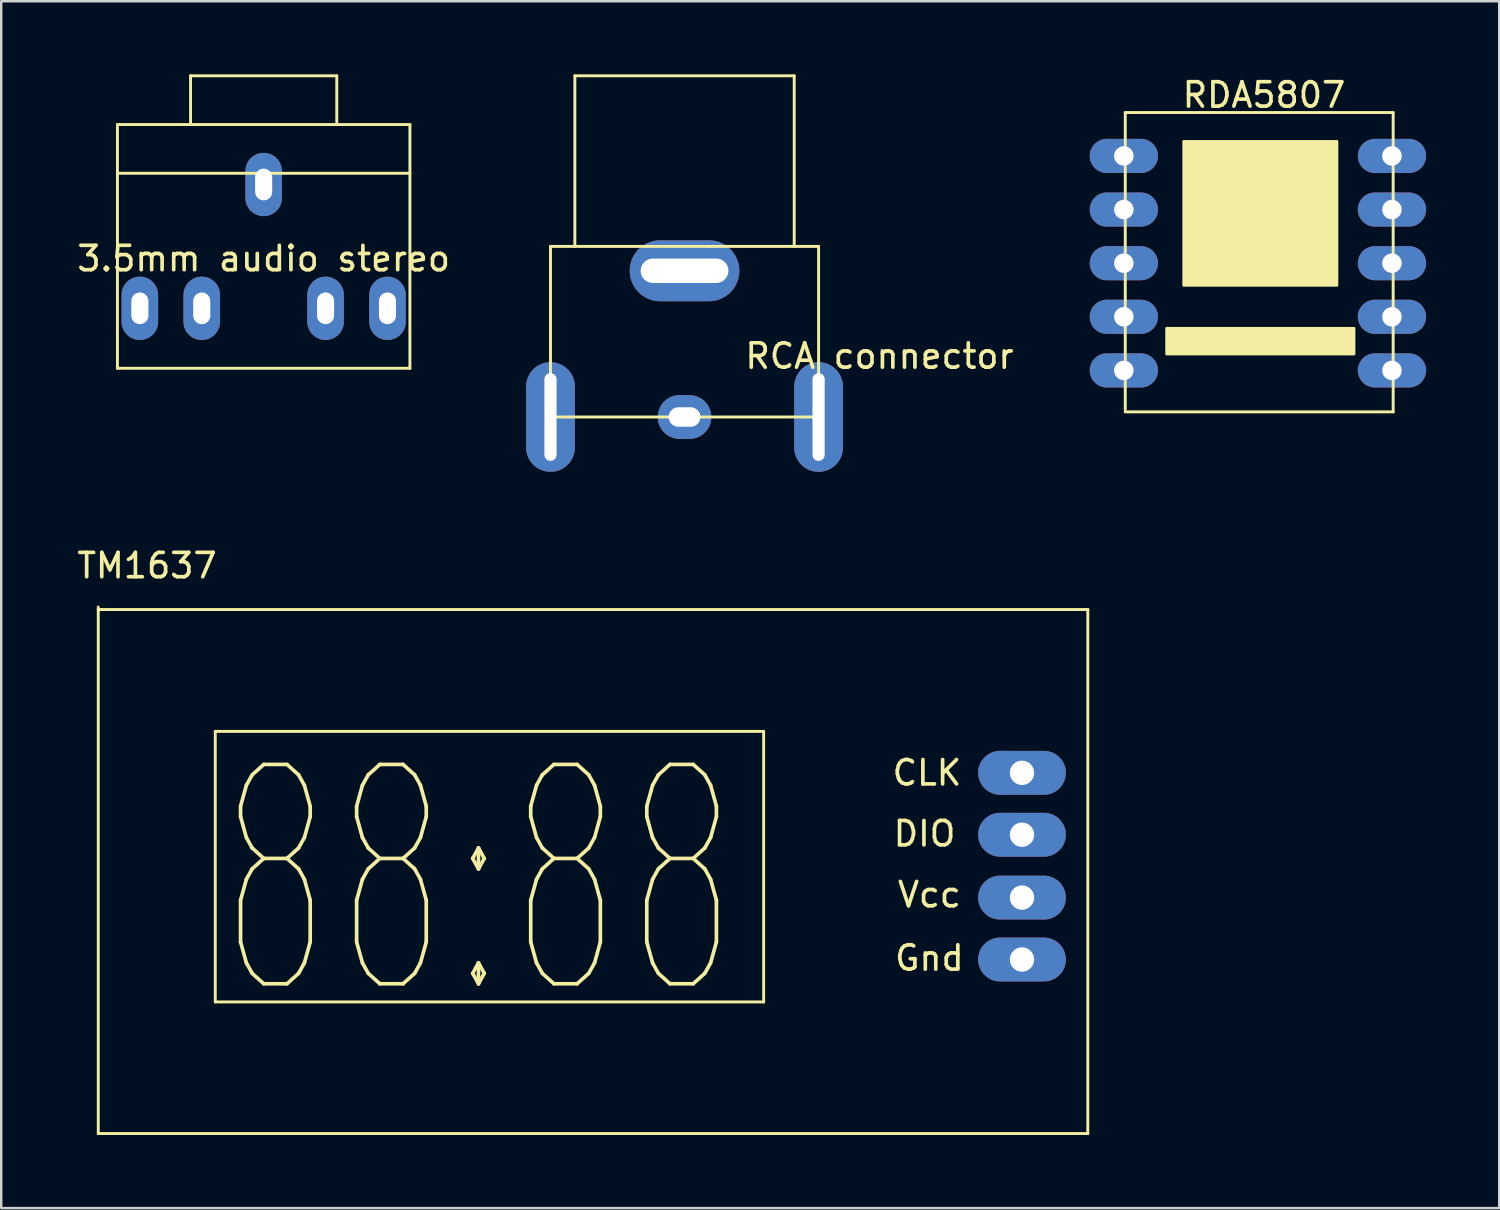
<source format=kicad_pcb>
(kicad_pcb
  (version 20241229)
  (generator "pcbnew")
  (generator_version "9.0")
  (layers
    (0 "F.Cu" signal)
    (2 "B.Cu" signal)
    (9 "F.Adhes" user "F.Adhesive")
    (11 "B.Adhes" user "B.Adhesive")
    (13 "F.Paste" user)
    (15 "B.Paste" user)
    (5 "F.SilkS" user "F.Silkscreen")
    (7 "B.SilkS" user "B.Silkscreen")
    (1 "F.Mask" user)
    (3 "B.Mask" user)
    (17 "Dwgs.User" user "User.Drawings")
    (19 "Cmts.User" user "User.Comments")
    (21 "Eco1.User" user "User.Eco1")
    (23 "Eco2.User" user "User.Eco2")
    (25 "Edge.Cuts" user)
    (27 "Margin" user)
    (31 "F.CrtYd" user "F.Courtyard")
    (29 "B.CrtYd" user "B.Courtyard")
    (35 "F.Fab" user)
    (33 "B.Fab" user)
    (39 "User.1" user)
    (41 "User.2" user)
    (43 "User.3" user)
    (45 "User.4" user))
  (footprint "3.5mm audio stereo"
    (layer "F.Cu")
    (at 7.768 7.06)
    (property "Reference" "3.5mm audio stereo" (at 0 0.5 0) (layer "F.SilkS") (effects (font (size 1 1) (thickness 0.15))))
    (attr through_hole)
    (fp_line (start -6 -5) (end -6 5) (stroke (width 0.12) (type solid)) (layer "F.SilkS"))
    (fp_line (start -6 -3) (end 6 -3) (stroke (width 0.12) (type solid)) (layer "F.SilkS"))
    (fp_line (start -6 5) (end 6 5) (stroke (width 0.12) (type solid)) (layer "F.SilkS"))
    (fp_line (start -3 -7) (end -3 -5) (stroke (width 0.12) (type solid)) (layer "F.SilkS"))
    (fp_line (start 3 -7) (end -3 -7) (stroke (width 0.12) (type solid)) (layer "F.SilkS"))
    (fp_line (start 3 -5) (end 3 -7) (stroke (width 0.12) (type solid)) (layer "F.SilkS"))
    (fp_line (start 6 -5) (end -6 -5) (stroke (width 0.12) (type solid)) (layer "F.SilkS"))
    (fp_line (start 6 5) (end 6 -5) (stroke (width 0.12) (type solid)) (layer "F.SilkS"))
    (pad "1" thru_hole oval (at -5.08 2.54 90) (size 2.6 1.5) (drill oval 1.3 0.7) (layers "*.Cu" "*.Mask"))
    (pad "2" thru_hole oval (at -2.54 2.54 90) (size 2.6 1.5) (drill oval 1.3 0.7) (layers "*.Cu" "*.Mask"))
    (pad "3" thru_hole oval (at 0 -2.54 90) (size 2.6 1.5) (drill oval 1.3 0.7) (layers "*.Cu" "*.Mask"))
    (pad "4" thru_hole oval (at 2.54 2.54 90) (size 2.6 1.5) (drill oval 1.3 0.7) (layers "*.Cu" "*.Mask"))
    (pad "5" thru_hole oval (at 5.08 2.54 90) (size 2.6 1.5) (drill oval 1.3 0.7) (layers "*.Cu" "*.Mask")))
  (footprint "TM1637"
    (layer "F.Cu")
    (at 21.882 32.458)
    (property "Reference" "TM1637" (at -18.9 -12.3 0) (layer "F.SilkS") (effects (font (size 1 1) (thickness 0.15))))
    (attr through_hole)
    (fp_line (start -20.9 -10.6) (end -20.9 -10.5) (stroke (width 0.12) (type solid)) (layer "F.SilkS"))
    (fp_line (start -20.9 -10.5) (end -20.9 11) (stroke (width 0.12) (type solid)) (layer "F.SilkS"))
    (fp_line (start -20.9 -10.5) (end 19.7 -10.5) (stroke (width 0.12) (type solid)) (layer "F.SilkS"))
    (fp_line (start -20.9 11) (end 19.7 11) (stroke (width 0.12) (type solid)) (layer "F.SilkS"))
    (fp_line (start -16.1 -5.5) (end 6.4 -5.5) (stroke (width 0.12) (type solid)) (layer "F.SilkS"))
    (fp_line (start -16.1 5.6) (end -16.1 -5.5) (stroke (width 0.12) (type solid)) (layer "F.SilkS"))
    (fp_line (start 6.4 -5.5) (end 6.4 5.6) (stroke (width 0.12) (type solid)) (layer "F.SilkS"))
    (fp_line (start 6.4 5.6) (end -16.1 5.6) (stroke (width 0.12) (type solid)) (layer "F.SilkS"))
    (fp_line (start 19.7 -10.5) (end 19.7 11) (stroke (width 0.12) (type solid)) (layer "F.SilkS"))
    (fp_text user "Gnd" (at 13.2 3.8 0) (layer "F.SilkS") (effects (font (size 1 1) (thickness 0.15))))
    (fp_text user "Vcc" (at 13.2 1.2 0) (layer "F.SilkS") (effects (font (size 1 1) (thickness 0.15))))
    (fp_text user "CLK" (at 13.1 -3.8 0) (layer "F.SilkS") (effects (font (size 1 1) (thickness 0.15))))
    (fp_text user "88:88" (at -5.3 0.7 0) (layer "F.SilkS") (effects (font (size 9 5) (thickness 0.15))))
    (fp_text user "DIO" (at 13 -1.3 0) (layer "F.SilkS") (effects (font (size 1 1) (thickness 0.15))))
    (pad "1" thru_hole oval (at 17 -3.8) (size 3.6 1.8) (drill 1) (layers "*.Cu" "*.Mask"))
    (pad "2" thru_hole oval (at 17 -1.26) (size 3.6 1.8) (drill 1) (layers "*.Cu" "*.Mask"))
    (pad "3" thru_hole oval (at 17 1.32) (size 3.6 1.8) (drill 1) (layers "*.Cu" "*.Mask"))
    (pad "4" thru_hole oval (at 17 3.86) (size 3.6 1.8) (drill 1) (layers "*.Cu" "*.Mask")))
  (footprint "RCA connector"
    (layer "F.Cu")
    (at 25.036 10.56)
    (property "Reference" "RCA connector" (at 8 1 0) (layer "F.SilkS") (effects (font (size 1 1) (thickness 0.15))))
    (attr through_hole)
    (fp_line (start -5.5 -3.5) (end -5.5 3.5) (stroke (width 0.12) (type solid)) (layer "F.SilkS"))
    (fp_line (start -5.5 3.5) (end 5.5 3.5) (stroke (width 0.12) (type solid)) (layer "F.SilkS"))
    (fp_line (start -4.5 -10.5) (end 4.5 -10.5) (stroke (width 0.12) (type solid)) (layer "F.SilkS"))
    (fp_line (start -4.5 -3.5) (end -4.5 -10.5) (stroke (width 0.12) (type solid)) (layer "F.SilkS"))
    (fp_line (start 1 -3.5) (end -5.5 -3.5) (stroke (width 0.12) (type solid)) (layer "F.SilkS"))
    (fp_line (start 4.5 -10.5) (end 4.5 -3.5) (stroke (width 0.12) (type solid)) (layer "F.SilkS"))
    (fp_line (start 5.5 -3.5) (end 1 -3.5) (stroke (width 0.12) (type solid)) (layer "F.SilkS"))
    (fp_line (start 5.5 3.5) (end 5.5 -3.5) (stroke (width 0.12) (type solid)) (layer "F.SilkS"))
    (pad "1" thru_hole oval (at 0 3.5) (size 2.2 1.8) (drill oval 1.3 0.8) (layers "*.Cu" "*.Mask"))
    (pad "2" thru_hole oval (at -5.5 3.5) (size 2 4.5) (drill oval 0.5 3.6) (layers "*.Cu" "*.Mask"))
    (pad "2" thru_hole oval (at 0 -2.5) (size 4.5 2.5) (drill oval 3.6 1) (layers "*.Cu" "*.Mask"))
    (pad "2" thru_hole oval (at 5.5 3.5) (size 2 4.5) (drill oval 0.5 3.6) (layers "*.Cu" "*.Mask")))
  (footprint "RDA5807"
    (layer "F.Cu")
    (at 45.811 6.648)
    (property "Reference" "RDA5807" (at 3 -5.8 0) (layer "F.SilkS") (effects (font (size 1 1) (thickness 0.15))))
    (attr through_hole)
    (fp_line (start -2.7 7.2) (end 8.3 7.2) (stroke (width 0.12) (type solid)) (layer "F.SilkS"))
    (fp_line (start -2.692 -5.08) (end 8.3 -5.08) (stroke (width 0.12) (type solid)) (layer "F.SilkS"))
    (fp_line (start -2.692 7.112) (end -2.692 -5.08) (stroke (width 0.12) (type solid)) (layer "F.SilkS"))
    (fp_line (start 8.3 7.2) (end 8.3 -5.08) (stroke (width 0.12) (type solid)) (layer "F.SilkS"))
    (fp_poly (pts (xy -1 3.767) (xy 6.7 3.767) (xy 6.7 4.833) (xy -1 4.833)) (stroke (width 0.1) (type solid)) (fill yes) (layer "F.SilkS"))
    (fp_poly (pts (xy -0.3 -3.9) (xy 6 -3.9) (xy 6 2.013) (xy -0.3 2.013) (xy -0.3 -3.849)) (stroke (width 0.1) (type solid)) (fill yes) (layer "F.SilkS"))
    (pad "1" thru_hole oval (at -2.75 -3.3 270) (size 1.4 2.8) (drill 0.8) (layers "*.Cu" "*.Mask"))
    (pad "2" thru_hole oval (at -2.75 -1.1 270) (size 1.4 2.8) (drill 0.8) (layers "*.Cu" "*.Mask"))
    (pad "3" thru_hole oval (at -2.75 1.1 270) (size 1.4 2.8) (drill 0.8) (layers "*.Cu" "*.Mask"))
    (pad "4" thru_hole oval (at -2.75 3.3 270) (size 1.4 2.8) (drill 0.8) (layers "*.Cu" "*.Mask"))
    (pad "5" thru_hole oval (at -2.75 5.5 270) (size 1.4 2.8) (drill 0.8) (layers "*.Cu" "*.Mask"))
    (pad "6" thru_hole oval (at 8.25 5.5 270) (size 1.4 2.8) (drill 0.8) (layers "*.Cu" "*.Mask"))
    (pad "7" thru_hole oval (at 8.25 3.3 270) (size 1.4 2.8) (drill 0.8) (layers "*.Cu" "*.Mask"))
    (pad "8" thru_hole oval (at 8.25 1.1 270) (size 1.4 2.8) (drill 0.8) (layers "*.Cu" "*.Mask"))
    (pad "9" thru_hole oval (at 8.25 -1.1 270) (size 1.4 2.8) (drill 0.8) (layers "*.Cu" "*.Mask"))
    (pad "10" thru_hole oval (at 8.25 -3.3 270) (size 1.4 2.8) (drill 0.8) (layers "*.Cu" "*.Mask")))
  (gr_rect
    (start -3 -3)
    (end 58.461 46.518)
    (stroke (width 0.1) (type default))
    (fill no)
    (layer "Edge.Cuts")))
</source>
